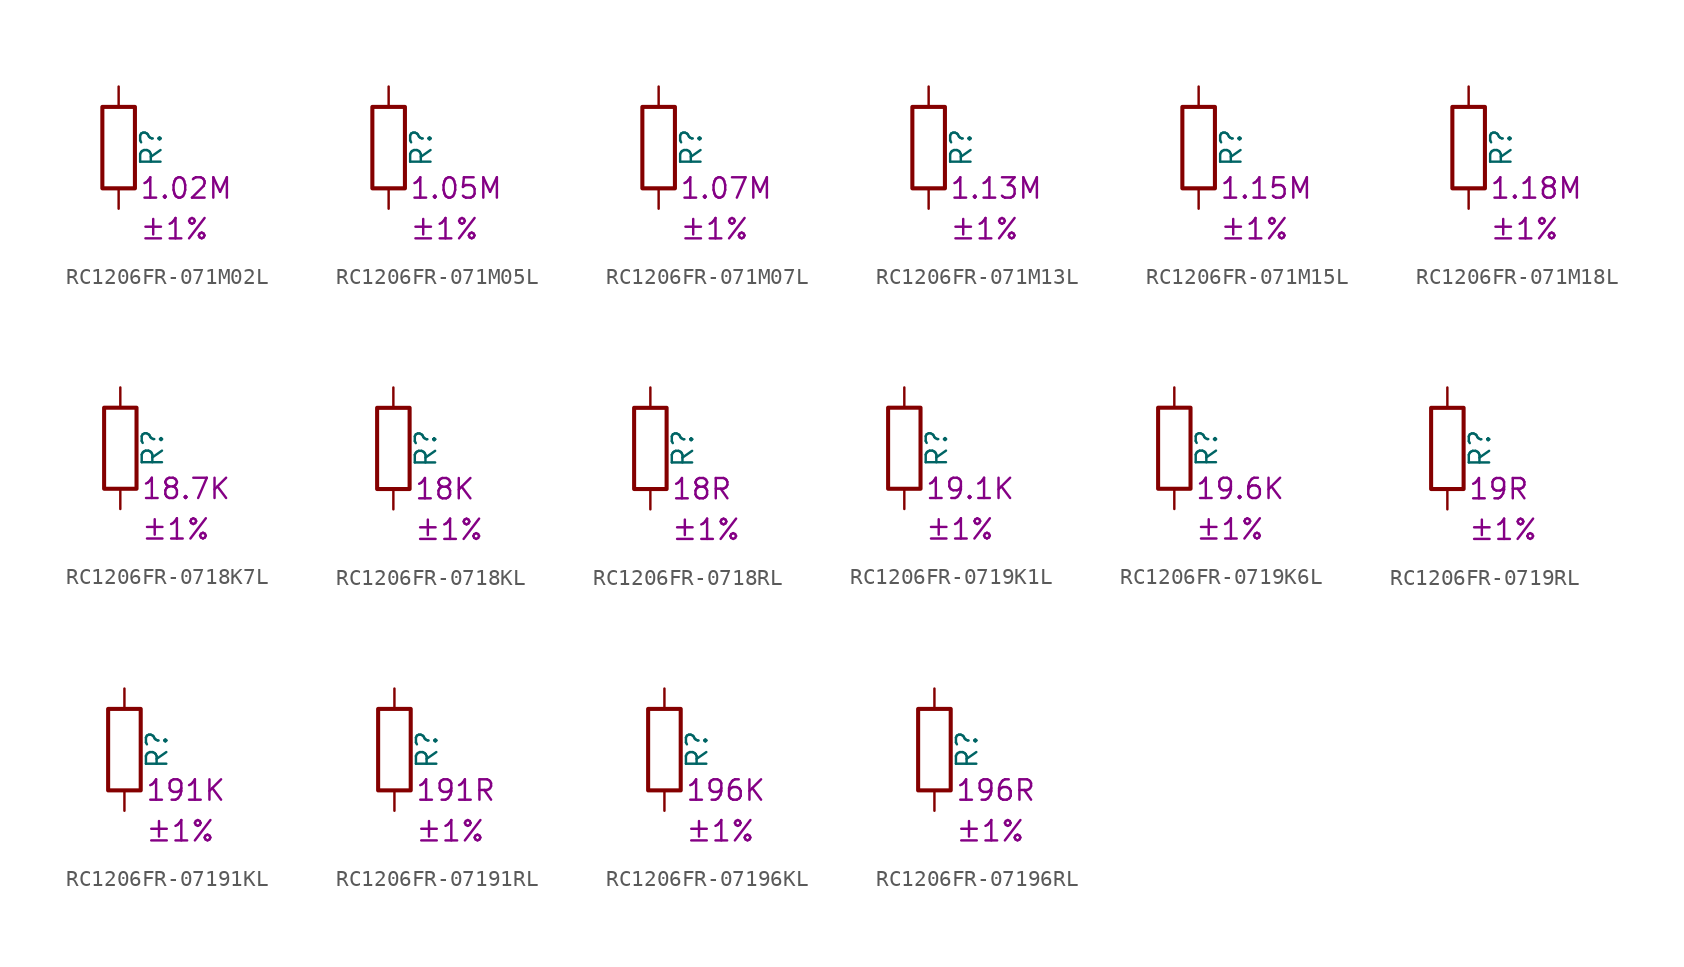
<source format=kicad_sym>
(kicad_symbol_lib
  (version 20220914)
  (generator kicad_symbol_editor)
  (symbol "RC1206FR-071M02L"
    (pin_numbers hide)
    (pin_names
      (offset 0))
    (property "Reference" "R"
      (at 2.032 0 90)
      (effects (font (size 1.27 1.27))))
    (property "Resistance" "1.02M"
      (at 1.27 -2.54 0)
      (effects (font (size 1.27 1.27)) (justify left)))
    (property "Tolerance" "±1%"
      (at 1.27 -5.08 0)
      (effects (font (size 1.27 1.27)) (justify left)))
    (symbol "RC1206FR-071M02L_0_1"
      (rectangle (start -1.016 -2.54) (end 1.016 2.54) (stroke (width 0.254) (type default)) (fill (type none))))
    (symbol "RC1206FR-071M02L_1_1"
      (pin passive line (at 0 3.81 270) (length 1.27) (name "~" (effects (font (size 1.27 1.27)))) (number "1" (effects (font (size 1.27 1.27)))))
      (pin passive line (at 0 -3.81 90) (length 1.27) (name "~" (effects (font (size 1.27 1.27)))) (number "2" (effects (font (size 1.27 1.27)))))))
  (symbol "RC1206FR-071M05L"
    (pin_numbers hide)
    (pin_names
      (offset 0))
    (property "Reference" "R"
      (at 2.032 0 90)
      (effects (font (size 1.27 1.27))))
    (property "Resistance" "1.05M"
      (at 1.27 -2.54 0)
      (effects (font (size 1.27 1.27)) (justify left)))
    (property "Tolerance" "±1%"
      (at 1.27 -5.08 0)
      (effects (font (size 1.27 1.27)) (justify left)))
    (symbol "RC1206FR-071M05L_0_1"
      (rectangle (start -1.016 -2.54) (end 1.016 2.54) (stroke (width 0.254) (type default)) (fill (type none))))
    (symbol "RC1206FR-071M05L_1_1"
      (pin passive line (at 0 3.81 270) (length 1.27) (name "~" (effects (font (size 1.27 1.27)))) (number "1" (effects (font (size 1.27 1.27)))))
      (pin passive line (at 0 -3.81 90) (length 1.27) (name "~" (effects (font (size 1.27 1.27)))) (number "2" (effects (font (size 1.27 1.27)))))))
  (symbol "RC1206FR-071M07L"
    (pin_numbers hide)
    (pin_names
      (offset 0))
    (property "Reference" "R"
      (at 2.032 0 90)
      (effects (font (size 1.27 1.27))))
    (property "Resistance" "1.07M"
      (at 1.27 -2.54 0)
      (effects (font (size 1.27 1.27)) (justify left)))
    (property "Tolerance" "±1%"
      (at 1.27 -5.08 0)
      (effects (font (size 1.27 1.27)) (justify left)))
    (symbol "RC1206FR-071M07L_0_1"
      (rectangle (start -1.016 -2.54) (end 1.016 2.54) (stroke (width 0.254) (type default)) (fill (type none))))
    (symbol "RC1206FR-071M07L_1_1"
      (pin passive line (at 0 3.81 270) (length 1.27) (name "~" (effects (font (size 1.27 1.27)))) (number "1" (effects (font (size 1.27 1.27)))))
      (pin passive line (at 0 -3.81 90) (length 1.27) (name "~" (effects (font (size 1.27 1.27)))) (number "2" (effects (font (size 1.27 1.27)))))))
  (symbol "RC1206FR-071M13L"
    (pin_numbers hide)
    (pin_names
      (offset 0))
    (property "Reference" "R"
      (at 2.032 0 90)
      (effects (font (size 1.27 1.27))))
    (property "Resistance" "1.13M"
      (at 1.27 -2.54 0)
      (effects (font (size 1.27 1.27)) (justify left)))
    (property "Tolerance" "±1%"
      (at 1.27 -5.08 0)
      (effects (font (size 1.27 1.27)) (justify left)))
    (symbol "RC1206FR-071M13L_0_1"
      (rectangle (start -1.016 -2.54) (end 1.016 2.54) (stroke (width 0.254) (type default)) (fill (type none))))
    (symbol "RC1206FR-071M13L_1_1"
      (pin passive line (at 0 3.81 270) (length 1.27) (name "~" (effects (font (size 1.27 1.27)))) (number "1" (effects (font (size 1.27 1.27)))))
      (pin passive line (at 0 -3.81 90) (length 1.27) (name "~" (effects (font (size 1.27 1.27)))) (number "2" (effects (font (size 1.27 1.27)))))))
  (symbol "RC1206FR-071M15L"
    (pin_numbers hide)
    (pin_names
      (offset 0))
    (property "Reference" "R"
      (at 2.032 0 90)
      (effects (font (size 1.27 1.27))))
    (property "Resistance" "1.15M"
      (at 1.27 -2.54 0)
      (effects (font (size 1.27 1.27)) (justify left)))
    (property "Tolerance" "±1%"
      (at 1.27 -5.08 0)
      (effects (font (size 1.27 1.27)) (justify left)))
    (symbol "RC1206FR-071M15L_0_1"
      (rectangle (start -1.016 -2.54) (end 1.016 2.54) (stroke (width 0.254) (type default)) (fill (type none))))
    (symbol "RC1206FR-071M15L_1_1"
      (pin passive line (at 0 3.81 270) (length 1.27) (name "~" (effects (font (size 1.27 1.27)))) (number "1" (effects (font (size 1.27 1.27)))))
      (pin passive line (at 0 -3.81 90) (length 1.27) (name "~" (effects (font (size 1.27 1.27)))) (number "2" (effects (font (size 1.27 1.27)))))))
  (symbol "RC1206FR-071M18L"
    (pin_numbers hide)
    (pin_names
      (offset 0))
    (property "Reference" "R"
      (at 2.032 0 90)
      (effects (font (size 1.27 1.27))))
    (property "Resistance" "1.18M"
      (at 1.27 -2.54 0)
      (effects (font (size 1.27 1.27)) (justify left)))
    (property "Tolerance" "±1%"
      (at 1.27 -5.08 0)
      (effects (font (size 1.27 1.27)) (justify left)))
    (symbol "RC1206FR-071M18L_0_1"
      (rectangle (start -1.016 -2.54) (end 1.016 2.54) (stroke (width 0.254) (type default)) (fill (type none))))
    (symbol "RC1206FR-071M18L_1_1"
      (pin passive line (at 0 3.81 270) (length 1.27) (name "~" (effects (font (size 1.27 1.27)))) (number "1" (effects (font (size 1.27 1.27)))))
      (pin passive line (at 0 -3.81 90) (length 1.27) (name "~" (effects (font (size 1.27 1.27)))) (number "2" (effects (font (size 1.27 1.27)))))))
  (symbol "RC1206FR-0718K7L"
    (pin_numbers hide)
    (pin_names
      (offset 0))
    (property "Reference" "R"
      (at 2.032 0 90)
      (effects (font (size 1.27 1.27))))
    (property "Resistance" "18.7K"
      (at 1.27 -2.54 0)
      (effects (font (size 1.27 1.27)) (justify left)))
    (property "Tolerance" "±1%"
      (at 1.27 -5.08 0)
      (effects (font (size 1.27 1.27)) (justify left)))
    (symbol "RC1206FR-0718K7L_0_1"
      (rectangle (start -1.016 -2.54) (end 1.016 2.54) (stroke (width 0.254) (type default)) (fill (type none))))
    (symbol "RC1206FR-0718K7L_1_1"
      (pin passive line (at 0 3.81 270) (length 1.27) (name "~" (effects (font (size 1.27 1.27)))) (number "1" (effects (font (size 1.27 1.27)))))
      (pin passive line (at 0 -3.81 90) (length 1.27) (name "~" (effects (font (size 1.27 1.27)))) (number "2" (effects (font (size 1.27 1.27)))))))
  (symbol "RC1206FR-0718KL"
    (pin_numbers hide)
    (pin_names
      (offset 0))
    (property "Reference" "R"
      (at 2.032 0 90)
      (effects (font (size 1.27 1.27))))
    (property "Resistance" "18K"
      (at 1.27 -2.54 0)
      (effects (font (size 1.27 1.27)) (justify left)))
    (property "Tolerance" "±1%"
      (at 1.27 -5.08 0)
      (effects (font (size 1.27 1.27)) (justify left)))
    (symbol "RC1206FR-0718KL_0_1"
      (rectangle (start -1.016 -2.54) (end 1.016 2.54) (stroke (width 0.254) (type default)) (fill (type none))))
    (symbol "RC1206FR-0718KL_1_1"
      (pin passive line (at 0 3.81 270) (length 1.27) (name "~" (effects (font (size 1.27 1.27)))) (number "1" (effects (font (size 1.27 1.27)))))
      (pin passive line (at 0 -3.81 90) (length 1.27) (name "~" (effects (font (size 1.27 1.27)))) (number "2" (effects (font (size 1.27 1.27)))))))
  (symbol "RC1206FR-0718RL"
    (pin_numbers hide)
    (pin_names
      (offset 0))
    (property "Reference" "R"
      (at 2.032 0 90)
      (effects (font (size 1.27 1.27))))
    (property "Resistance" "18R"
      (at 1.27 -2.54 0)
      (effects (font (size 1.27 1.27)) (justify left)))
    (property "Tolerance" "±1%"
      (at 1.27 -5.08 0)
      (effects (font (size 1.27 1.27)) (justify left)))
    (symbol "RC1206FR-0718RL_0_1"
      (rectangle (start -1.016 -2.54) (end 1.016 2.54) (stroke (width 0.254) (type default)) (fill (type none))))
    (symbol "RC1206FR-0718RL_1_1"
      (pin passive line (at 0 3.81 270) (length 1.27) (name "~" (effects (font (size 1.27 1.27)))) (number "1" (effects (font (size 1.27 1.27)))))
      (pin passive line (at 0 -3.81 90) (length 1.27) (name "~" (effects (font (size 1.27 1.27)))) (number "2" (effects (font (size 1.27 1.27)))))))
  (symbol "RC1206FR-0719K1L"
    (pin_numbers hide)
    (pin_names
      (offset 0))
    (property "Reference" "R"
      (at 2.032 0 90)
      (effects (font (size 1.27 1.27))))
    (property "Resistance" "19.1K"
      (at 1.27 -2.54 0)
      (effects (font (size 1.27 1.27)) (justify left)))
    (property "Tolerance" "±1%"
      (at 1.27 -5.08 0)
      (effects (font (size 1.27 1.27)) (justify left)))
    (symbol "RC1206FR-0719K1L_0_1"
      (rectangle (start -1.016 -2.54) (end 1.016 2.54) (stroke (width 0.254) (type default)) (fill (type none))))
    (symbol "RC1206FR-0719K1L_1_1"
      (pin passive line (at 0 3.81 270) (length 1.27) (name "~" (effects (font (size 1.27 1.27)))) (number "1" (effects (font (size 1.27 1.27)))))
      (pin passive line (at 0 -3.81 90) (length 1.27) (name "~" (effects (font (size 1.27 1.27)))) (number "2" (effects (font (size 1.27 1.27)))))))
  (symbol "RC1206FR-0719K6L"
    (pin_numbers hide)
    (pin_names
      (offset 0))
    (property "Reference" "R"
      (at 2.032 0 90)
      (effects (font (size 1.27 1.27))))
    (property "Resistance" "19.6K"
      (at 1.27 -2.54 0)
      (effects (font (size 1.27 1.27)) (justify left)))
    (property "Tolerance" "±1%"
      (at 1.27 -5.08 0)
      (effects (font (size 1.27 1.27)) (justify left)))
    (symbol "RC1206FR-0719K6L_0_1"
      (rectangle (start -1.016 -2.54) (end 1.016 2.54) (stroke (width 0.254) (type default)) (fill (type none))))
    (symbol "RC1206FR-0719K6L_1_1"
      (pin passive line (at 0 3.81 270) (length 1.27) (name "~" (effects (font (size 1.27 1.27)))) (number "1" (effects (font (size 1.27 1.27)))))
      (pin passive line (at 0 -3.81 90) (length 1.27) (name "~" (effects (font (size 1.27 1.27)))) (number "2" (effects (font (size 1.27 1.27)))))))
  (symbol "RC1206FR-0719RL"
    (pin_numbers hide)
    (pin_names
      (offset 0))
    (property "Reference" "R"
      (at 2.032 0 90)
      (effects (font (size 1.27 1.27))))
    (property "Resistance" "19R"
      (at 1.27 -2.54 0)
      (effects (font (size 1.27 1.27)) (justify left)))
    (property "Tolerance" "±1%"
      (at 1.27 -5.08 0)
      (effects (font (size 1.27 1.27)) (justify left)))
    (symbol "RC1206FR-0719RL_0_1"
      (rectangle (start -1.016 -2.54) (end 1.016 2.54) (stroke (width 0.254) (type default)) (fill (type none))))
    (symbol "RC1206FR-0719RL_1_1"
      (pin passive line (at 0 3.81 270) (length 1.27) (name "~" (effects (font (size 1.27 1.27)))) (number "1" (effects (font (size 1.27 1.27)))))
      (pin passive line (at 0 -3.81 90) (length 1.27) (name "~" (effects (font (size 1.27 1.27)))) (number "2" (effects (font (size 1.27 1.27)))))))
  (symbol "RC1206FR-07191KL"
    (pin_numbers hide)
    (pin_names
      (offset 0))
    (property "Reference" "R"
      (at 2.032 0 90)
      (effects (font (size 1.27 1.27))))
    (property "Resistance" "191K"
      (at 1.27 -2.54 0)
      (effects (font (size 1.27 1.27)) (justify left)))
    (property "Tolerance" "±1%"
      (at 1.27 -5.08 0)
      (effects (font (size 1.27 1.27)) (justify left)))
    (symbol "RC1206FR-07191KL_0_1"
      (rectangle (start -1.016 -2.54) (end 1.016 2.54) (stroke (width 0.254) (type default)) (fill (type none))))
    (symbol "RC1206FR-07191KL_1_1"
      (pin passive line (at 0 3.81 270) (length 1.27) (name "~" (effects (font (size 1.27 1.27)))) (number "1" (effects (font (size 1.27 1.27)))))
      (pin passive line (at 0 -3.81 90) (length 1.27) (name "~" (effects (font (size 1.27 1.27)))) (number "2" (effects (font (size 1.27 1.27)))))))
  (symbol "RC1206FR-07191RL"
    (pin_numbers hide)
    (pin_names
      (offset 0))
    (property "Reference" "R"
      (at 2.032 0 90)
      (effects (font (size 1.27 1.27))))
    (property "Resistance" "191R"
      (at 1.27 -2.54 0)
      (effects (font (size 1.27 1.27)) (justify left)))
    (property "Tolerance" "±1%"
      (at 1.27 -5.08 0)
      (effects (font (size 1.27 1.27)) (justify left)))
    (symbol "RC1206FR-07191RL_0_1"
      (rectangle (start -1.016 -2.54) (end 1.016 2.54) (stroke (width 0.254) (type default)) (fill (type none))))
    (symbol "RC1206FR-07191RL_1_1"
      (pin passive line (at 0 3.81 270) (length 1.27) (name "~" (effects (font (size 1.27 1.27)))) (number "1" (effects (font (size 1.27 1.27)))))
      (pin passive line (at 0 -3.81 90) (length 1.27) (name "~" (effects (font (size 1.27 1.27)))) (number "2" (effects (font (size 1.27 1.27)))))))
  (symbol "RC1206FR-07196KL"
    (pin_numbers hide)
    (pin_names
      (offset 0))
    (property "Reference" "R"
      (at 2.032 0 90)
      (effects (font (size 1.27 1.27))))
    (property "Resistance" "196K"
      (at 1.27 -2.54 0)
      (effects (font (size 1.27 1.27)) (justify left)))
    (property "Tolerance" "±1%"
      (at 1.27 -5.08 0)
      (effects (font (size 1.27 1.27)) (justify left)))
    (symbol "RC1206FR-07196KL_0_1"
      (rectangle (start -1.016 -2.54) (end 1.016 2.54) (stroke (width 0.254) (type default)) (fill (type none))))
    (symbol "RC1206FR-07196KL_1_1"
      (pin passive line (at 0 3.81 270) (length 1.27) (name "~" (effects (font (size 1.27 1.27)))) (number "1" (effects (font (size 1.27 1.27)))))
      (pin passive line (at 0 -3.81 90) (length 1.27) (name "~" (effects (font (size 1.27 1.27)))) (number "2" (effects (font (size 1.27 1.27)))))))
  (symbol "RC1206FR-07196RL"
    (pin_numbers hide)
    (pin_names
      (offset 0))
    (property "Reference" "R"
      (at 2.032 0 90)
      (effects (font (size 1.27 1.27))))
    (property "Resistance" "196R"
      (at 1.27 -2.54 0)
      (effects (font (size 1.27 1.27)) (justify left)))
    (property "Tolerance" "±1%"
      (at 1.27 -5.08 0)
      (effects (font (size 1.27 1.27)) (justify left)))
    (symbol "RC1206FR-07196RL_0_1"
      (rectangle (start -1.016 -2.54) (end 1.016 2.54) (stroke (width 0.254) (type default)) (fill (type none))))
    (symbol "RC1206FR-07196RL_1_1"
      (pin passive line (at 0 3.81 270) (length 1.27) (name "~" (effects (font (size 1.27 1.27)))) (number "1" (effects (font (size 1.27 1.27)))))
      (pin passive line (at 0 -3.81 90) (length 1.27) (name "~" (effects (font (size 1.27 1.27)))) (number "2" (effects (font (size 1.27 1.27))))))))
</source>
